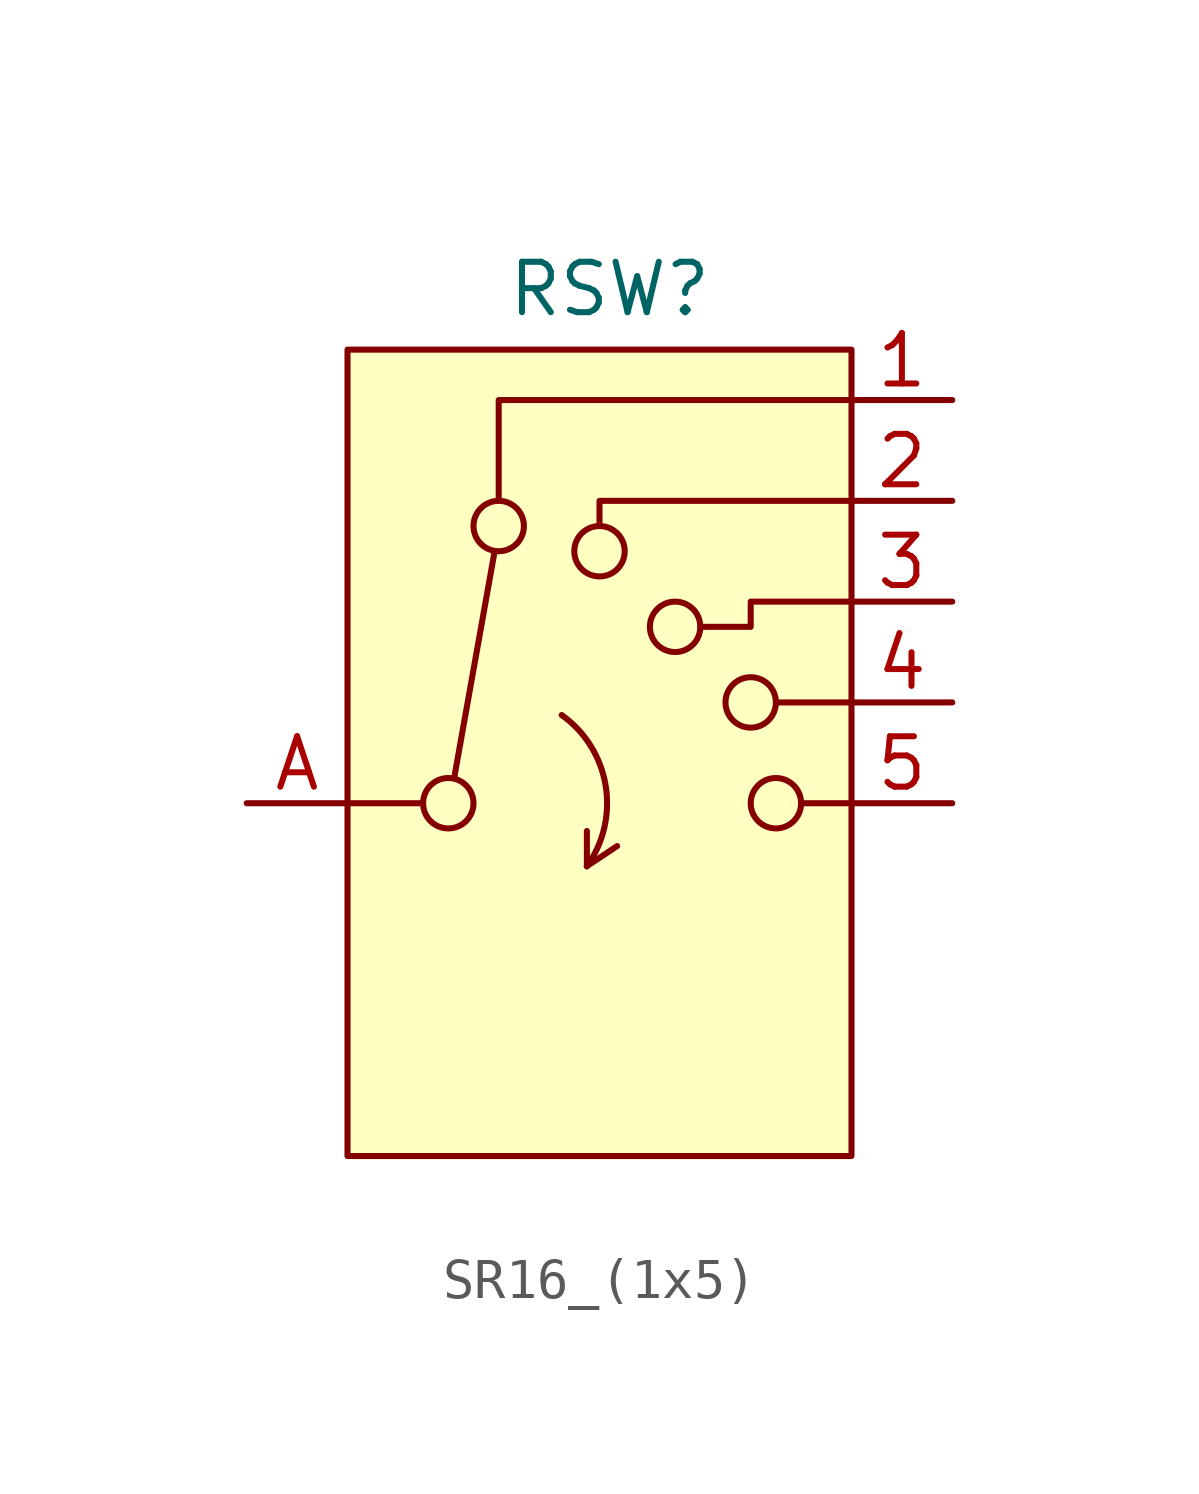
<source format=kicad_sym>
(kicad_symbol_lib
  (version 20231120)
  (generator "kicad_symbol_editor")
  (generator_version "8.0")
  (symbol "SR16_(1x5)"
    (property "Reference" "RSW"
      (at 0.254 12.954 0)
      (effects (font (size 1.27 1.27))))
    (property "Value" ""
      (at 0 0 0)
      (effects (font (size 1.27 1.27))))
    (symbol "SR16_(1x5)_0_1"
      (circle (center -3.81 0) (radius 0.635) (stroke (width 0) (type default)) (fill (type none)))
      (circle (center -2.54 6.985) (radius 0.635) (stroke (width 0) (type default)) (fill (type none)))
      (arc (start -0.3176 -1.5875) (mid 0.154 0.449) (end -0.9526 2.2225) (stroke (width 0) (type default)) (fill (type none)))
      (polyline (pts (xy -6.35 0) (xy -4.445 0)) (stroke (width 0) (type default)) (fill (type none)))
      (polyline (pts (xy -3.658 0.66) (xy -2.642 6.35)) (stroke (width 0) (type default)) (fill (type none)))
      (polyline (pts (xy -0.318 -1.587) (xy -0.318 -1.587)) (stroke (width 0) (type default)) (fill (type none)))
      (polyline (pts (xy -0.318 -1.587) (xy -0.318 -0.699)) (stroke (width 0) (type default)) (fill (type none)))
      (polyline (pts (xy -0.318 -1.587) (xy 0.444 -1.079)) (stroke (width 0) (type default)) (fill (type none)))
      (polyline (pts (xy 6.35 0) (xy 5.08 0)) (stroke (width 0) (type default)) (fill (type none)))
      (polyline (pts (xy 6.35 2.54) (xy 4.445 2.54)) (stroke (width 0) (type default)) (fill (type none)))
      (polyline (pts (xy 6.35 5.08) (xy 3.81 5.08) (xy 3.81 4.445) (xy 2.54 4.445)) (stroke (width 0) (type default)) (fill (type none)))
      (polyline (pts (xy 6.35 7.62) (xy 0 7.62) (xy 0 7.62) (xy 0 6.985)) (stroke (width 0) (type default)) (fill (type none)))
      (circle (center 0 6.35) (radius 0.635) (stroke (width 0) (type default)) (fill (type none)))
      (circle (center 1.905 4.445) (radius 0.635) (stroke (width 0) (type default)) (fill (type none)))
      (circle (center 3.81 2.54) (radius 0.635) (stroke (width 0) (type default)) (fill (type none)))
      (circle (center 4.445 0) (radius 0.635) (stroke (width 0) (type default)) (fill (type none))))
    (symbol "SR16_(1x5)_1_1"
      (polyline (pts (xy 6.35 10.16) (xy -2.54 10.16) (xy -2.54 7.62)) (stroke (width 0) (type default)) (fill (type none)))
      (polyline (pts (xy -6.35 11.43) (xy 6.35 11.43) (xy 6.35 -8.89) (xy -6.35 -8.89) (xy -6.35 11.43) (xy -6.35 11.43)) (stroke (width 0) (type default)) (fill (type background)))
      (pin passive line (at 8.89 10.16 180) (length 2.54) (name "" (effects (font (size 1.27 1.27)))) (number "1" (effects (font (size 1.27 1.27)))))
      (pin passive line (at 8.89 7.62 180) (length 2.54) (name "" (effects (font (size 1.27 1.27)))) (number "2" (effects (font (size 1.27 1.27)))))
      (pin passive line (at 8.89 5.08 180) (length 2.54) (name "" (effects (font (size 1.27 1.27)))) (number "3" (effects (font (size 1.27 1.27)))))
      (pin passive line (at 8.89 2.54 180) (length 2.54) (name "" (effects (font (size 1.27 1.27)))) (number "4" (effects (font (size 1.27 1.27)))))
      (pin passive line (at 8.89 0 180) (length 2.54) (name "" (effects (font (size 1.27 1.27)))) (number "5" (effects (font (size 1.27 1.27)))))
      (pin passive line (at -8.89 0 0) (length 2.54) (name "" (effects (font (size 1.27 1.27)))) (number "A" (effects (font (size 1.27 1.27))))))))
</source>
